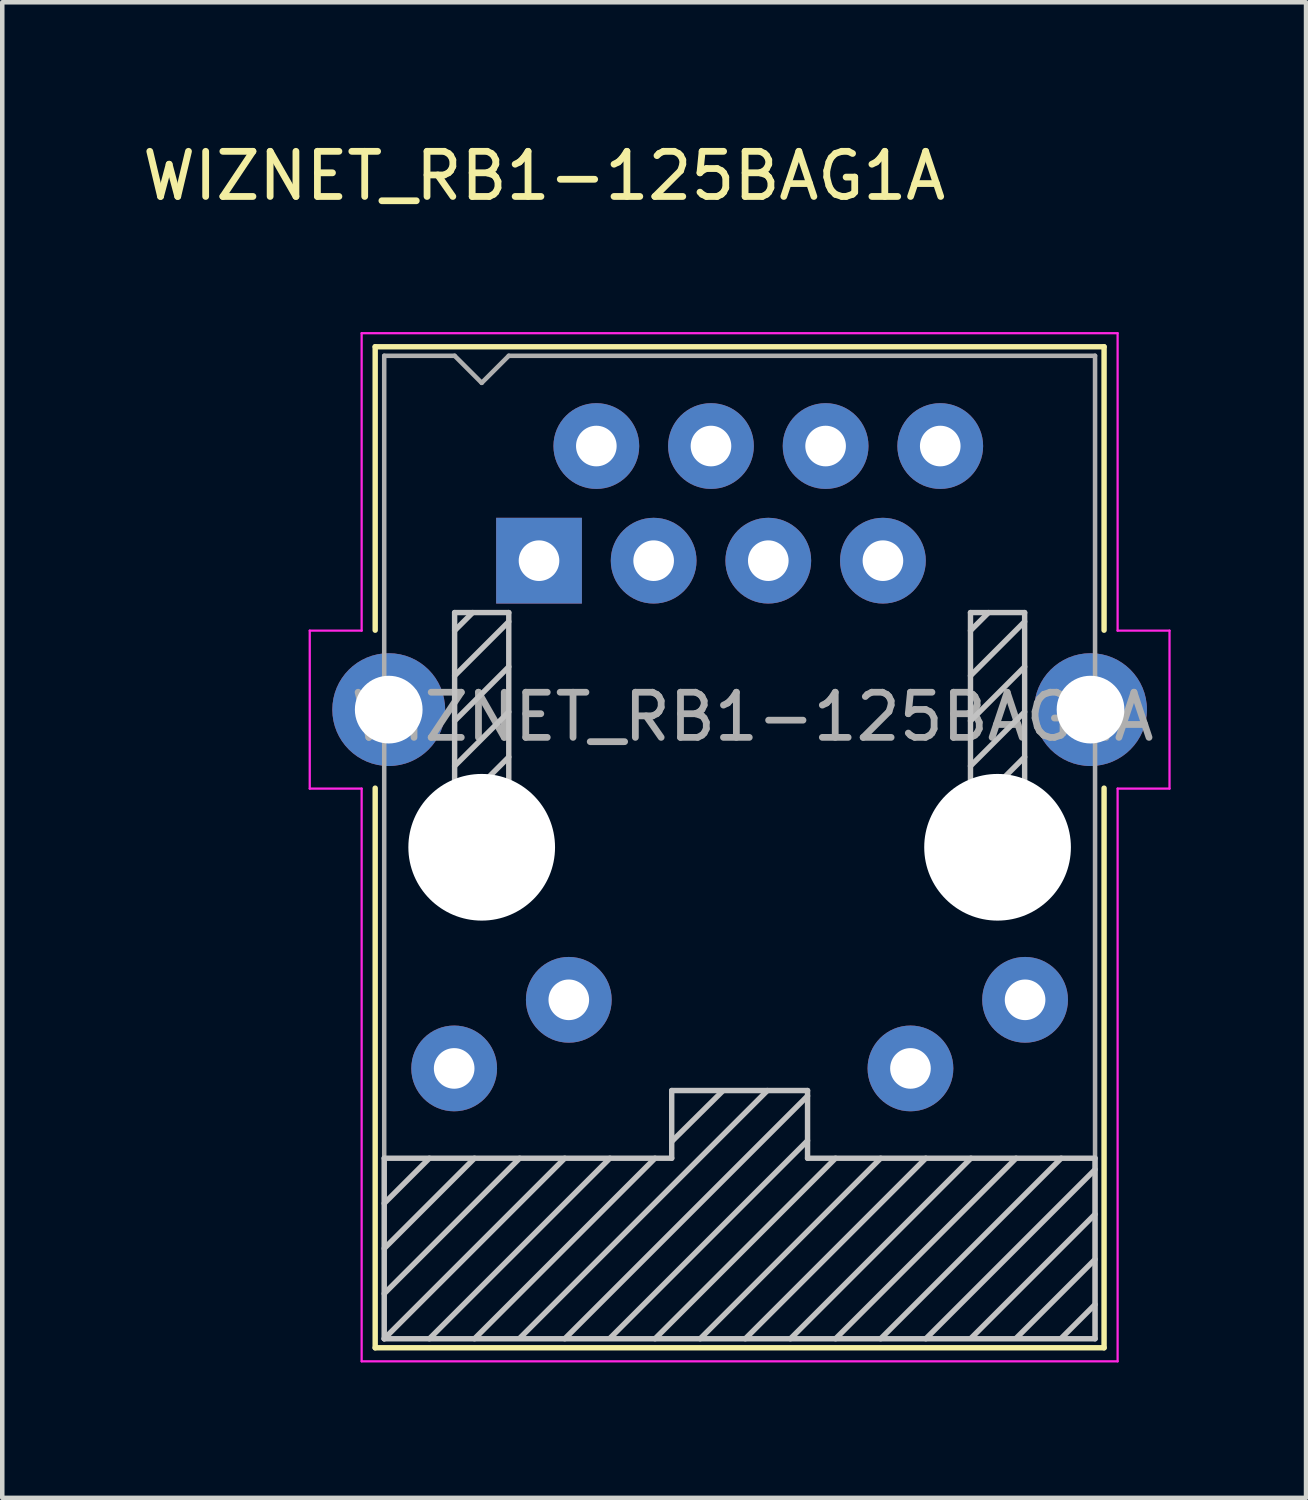
<source format=kicad_pcb>
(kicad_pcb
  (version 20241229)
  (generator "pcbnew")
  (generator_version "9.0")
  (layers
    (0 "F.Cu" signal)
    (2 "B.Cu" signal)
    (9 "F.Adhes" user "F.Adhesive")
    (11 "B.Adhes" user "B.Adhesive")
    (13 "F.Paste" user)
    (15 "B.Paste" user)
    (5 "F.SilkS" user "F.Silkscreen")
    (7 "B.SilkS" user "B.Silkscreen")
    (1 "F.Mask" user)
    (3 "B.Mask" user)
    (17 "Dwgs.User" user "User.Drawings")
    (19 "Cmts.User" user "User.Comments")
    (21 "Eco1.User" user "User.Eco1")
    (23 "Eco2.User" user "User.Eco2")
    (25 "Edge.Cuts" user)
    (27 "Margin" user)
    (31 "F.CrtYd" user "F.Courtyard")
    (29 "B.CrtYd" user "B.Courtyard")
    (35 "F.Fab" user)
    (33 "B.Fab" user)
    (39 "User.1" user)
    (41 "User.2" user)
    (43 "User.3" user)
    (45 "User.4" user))
  (footprint "WIZNET_RB1-125BAG1A"
    (layer "F.Cu")
    (at 13.453 12.723)
    (property "Reference" "WIZNET_RB1-125BAG1A" (at -4.446 -11.875 0) (layer "F.SilkS") (effects (font (size 1 1) (thickness 0.15))))
    (attr through_hole)
    (fp_line (start -8.19 -8.09) (end 7.96 -8.09) (stroke (width 0.12) (type solid)) (layer "F.SilkS"))
    (fp_line (start -8.19 -1.81) (end -8.19 -8.09) (stroke (width 0.12) (type solid)) (layer "F.SilkS"))
    (fp_line (start -8.19 14.09) (end -8.19 1.69) (stroke (width 0.12) (type solid)) (layer "F.SilkS"))
    (fp_line (start 7.96 -1.81) (end 7.96 -8.09) (stroke (width 0.12) (type solid)) (layer "F.SilkS"))
    (fp_line (start 7.96 14.09) (end -8.19 14.09) (stroke (width 0.12) (type solid)) (layer "F.SilkS"))
    (fp_line (start 7.96 14.09) (end 7.96 1.69) (stroke (width 0.12) (type solid)) (layer "F.SilkS"))
    (fp_line (start -7.99 9.89) (end -1.62 9.89) (stroke (width 0.12) (type solid)) (layer "Dwgs.User"))
    (fp_line (start -7.99 10.89) (end -6.99 9.89) (stroke (width 0.12) (type solid)) (layer "Dwgs.User"))
    (fp_line (start -7.99 11.89) (end -5.99 9.89) (stroke (width 0.12) (type solid)) (layer "Dwgs.User"))
    (fp_line (start -7.99 12.89) (end -4.99 9.89) (stroke (width 0.12) (type solid)) (layer "Dwgs.User"))
    (fp_line (start -7.99 13.89) (end -7.99 9.89) (stroke (width 0.12) (type solid)) (layer "Dwgs.User"))
    (fp_line (start -7.99 13.89) (end -3.99 9.89) (stroke (width 0.12) (type solid)) (layer "Dwgs.User"))
    (fp_line (start -6.99 13.89) (end -2.99 9.89) (stroke (width 0.12) (type solid)) (layer "Dwgs.User"))
    (fp_line (start -6.43 -2.2) (end -6.43 3.2) (stroke (width 0.12) (type solid)) (layer "Dwgs.User"))
    (fp_line (start -6.43 -1.8) (end -6.03 -2.2) (stroke (width 0.12) (type solid)) (layer "Dwgs.User"))
    (fp_line (start -6.43 -0.8) (end -5.23 -2) (stroke (width 0.12) (type solid)) (layer "Dwgs.User"))
    (fp_line (start -6.43 0.2) (end -5.23 -1) (stroke (width 0.12) (type solid)) (layer "Dwgs.User"))
    (fp_line (start -6.43 1.2) (end -5.23 0) (stroke (width 0.12) (type solid)) (layer "Dwgs.User"))
    (fp_line (start -6.43 2.2) (end -5.23 1) (stroke (width 0.12) (type solid)) (layer "Dwgs.User"))
    (fp_line (start -6.43 3.2) (end -5.23 2) (stroke (width 0.12) (type solid)) (layer "Dwgs.User"))
    (fp_line (start -6.43 3.2) (end -5.23 3.2) (stroke (width 0.12) (type solid)) (layer "Dwgs.User"))
    (fp_line (start -5.99 13.89) (end -1.99 9.89) (stroke (width 0.12) (type solid)) (layer "Dwgs.User"))
    (fp_line (start -5.23 -2.2) (end -6.43 -2.2) (stroke (width 0.12) (type solid)) (layer "Dwgs.User"))
    (fp_line (start -5.23 3.2) (end -5.23 -2.2) (stroke (width 0.12) (type solid)) (layer "Dwgs.User"))
    (fp_line (start -4.99 13.88) (end 0.5 8.39) (stroke (width 0.12) (type solid)) (layer "Dwgs.User"))
    (fp_line (start -3.99 13.89) (end 1.39 8.51) (stroke (width 0.12) (type solid)) (layer "Dwgs.User"))
    (fp_line (start -2.99 13.88) (end 1.39 9.5) (stroke (width 0.12) (type solid)) (layer "Dwgs.User"))
    (fp_line (start -1.99 13.89) (end 2.01 9.89) (stroke (width 0.12) (type solid)) (layer "Dwgs.User"))
    (fp_line (start -1.62 8.39) (end 1.39 8.39) (stroke (width 0.12) (type solid)) (layer "Dwgs.User"))
    (fp_line (start -1.62 9.52) (end -0.49 8.4) (stroke (width 0.12) (type solid)) (layer "Dwgs.User"))
    (fp_line (start -1.62 9.89) (end -1.62 8.39) (stroke (width 0.12) (type solid)) (layer "Dwgs.User"))
    (fp_line (start -0.99 13.89) (end 3.01 9.89) (stroke (width 0.12) (type solid)) (layer "Dwgs.User"))
    (fp_line (start 0.01 13.89) (end 4.01 9.89) (stroke (width 0.12) (type solid)) (layer "Dwgs.User"))
    (fp_line (start 1.01 13.89) (end 5.01 9.89) (stroke (width 0.12) (type solid)) (layer "Dwgs.User"))
    (fp_line (start 1.39 8.39) (end 1.39 9.89) (stroke (width 0.12) (type solid)) (layer "Dwgs.User"))
    (fp_line (start 1.39 9.89) (end 7.76 9.89) (stroke (width 0.12) (type solid)) (layer "Dwgs.User"))
    (fp_line (start 2.01 13.89) (end 6.01 9.89) (stroke (width 0.12) (type solid)) (layer "Dwgs.User"))
    (fp_line (start 3.01 13.89) (end 7.01 9.89) (stroke (width 0.12) (type solid)) (layer "Dwgs.User"))
    (fp_line (start 4.01 13.89) (end 7.76 10.14) (stroke (width 0.12) (type solid)) (layer "Dwgs.User"))
    (fp_line (start 5 -2.2) (end 5 3.2) (stroke (width 0.12) (type solid)) (layer "Dwgs.User"))
    (fp_line (start 5 -1.8) (end 5.4 -2.2) (stroke (width 0.12) (type solid)) (layer "Dwgs.User"))
    (fp_line (start 5 -0.8) (end 6.2 -2) (stroke (width 0.12) (type solid)) (layer "Dwgs.User"))
    (fp_line (start 5 0.2) (end 6.2 -1) (stroke (width 0.12) (type solid)) (layer "Dwgs.User"))
    (fp_line (start 5 1.2) (end 6.2 0) (stroke (width 0.12) (type solid)) (layer "Dwgs.User"))
    (fp_line (start 5 2.2) (end 6.2 1) (stroke (width 0.12) (type solid)) (layer "Dwgs.User"))
    (fp_line (start 5 3.2) (end 6.2 2) (stroke (width 0.12) (type solid)) (layer "Dwgs.User"))
    (fp_line (start 5 3.2) (end 6.2 3.2) (stroke (width 0.12) (type solid)) (layer "Dwgs.User"))
    (fp_line (start 5.01 13.88) (end 7.76 11.13) (stroke (width 0.12) (type solid)) (layer "Dwgs.User"))
    (fp_line (start 6.01 13.88) (end 7.76 12.13) (stroke (width 0.12) (type solid)) (layer "Dwgs.User"))
    (fp_line (start 6.2 -2.2) (end 5 -2.2) (stroke (width 0.12) (type solid)) (layer "Dwgs.User"))
    (fp_line (start 6.2 3.2) (end 6.2 -2.2) (stroke (width 0.12) (type solid)) (layer "Dwgs.User"))
    (fp_line (start 7.01 13.88) (end 7.76 13.13) (stroke (width 0.12) (type solid)) (layer "Dwgs.User"))
    (fp_line (start 7.76 9.89) (end 7.76 13.89) (stroke (width 0.12) (type solid)) (layer "Dwgs.User"))
    (fp_line (start 7.76 13.89) (end -7.99 13.89) (stroke (width 0.12) (type solid)) (layer "Dwgs.User"))
    (fp_line (start -9.64 -1.8) (end -9.64 1.7) (stroke (width 0.05) (type solid)) (layer "F.CrtYd"))
    (fp_line (start -9.64 1.7) (end -8.49 1.7) (stroke (width 0.05) (type solid)) (layer "F.CrtYd"))
    (fp_line (start -8.49 -8.39) (end 8.26 -8.39) (stroke (width 0.05) (type solid)) (layer "F.CrtYd"))
    (fp_line (start -8.49 -1.8) (end -9.64 -1.8) (stroke (width 0.05) (type solid)) (layer "F.CrtYd"))
    (fp_line (start -8.49 -1.8) (end -8.49 -8.39) (stroke (width 0.05) (type solid)) (layer "F.CrtYd"))
    (fp_line (start -8.49 1.7) (end -8.49 14.39) (stroke (width 0.05) (type solid)) (layer "F.CrtYd"))
    (fp_line (start 8.26 -8.39) (end 8.26 -1.8) (stroke (width 0.05) (type solid)) (layer "F.CrtYd"))
    (fp_line (start 8.26 -1.8) (end 9.41 -1.8) (stroke (width 0.05) (type solid)) (layer "F.CrtYd"))
    (fp_line (start 8.26 1.7) (end 8.26 14.39) (stroke (width 0.05) (type solid)) (layer "F.CrtYd"))
    (fp_line (start 8.26 14.39) (end -8.49 14.39) (stroke (width 0.05) (type solid)) (layer "F.CrtYd"))
    (fp_line (start 9.41 -1.8) (end 9.41 1.7) (stroke (width 0.05) (type solid)) (layer "F.CrtYd"))
    (fp_line (start 9.41 1.7) (end 8.26 1.7) (stroke (width 0.05) (type solid)) (layer "F.CrtYd"))
    (fp_line (start -7.99 13.89) (end -7.99 -7.89) (stroke (width 0.1) (type solid)) (layer "F.Fab"))
    (fp_line (start -6.43 -7.89) (end -7.99 -7.89) (stroke (width 0.1) (type solid)) (layer "F.Fab"))
    (fp_line (start -5.83 -7.29) (end -6.43 -7.89) (stroke (width 0.1) (type solid)) (layer "F.Fab"))
    (fp_line (start -5.83 -7.29) (end -5.23 -7.89) (stroke (width 0.1) (type solid)) (layer "F.Fab"))
    (fp_line (start -5.23 -7.89) (end 7.76 -7.89) (stroke (width 0.1) (type solid)) (layer "F.Fab"))
    (fp_line (start 7.76 -7.89) (end 7.76 13.89) (stroke (width 0.1) (type solid)) (layer "F.Fab"))
    (fp_line (start 7.76 13.89) (end -7.99 13.89) (stroke (width 0.1) (type solid)) (layer "F.Fab"))
    (fp_text user "${REFERENCE}" (at 0.17 0.11 0) (layer "F.Fab") (effects (font (size 1 1) (thickness 0.15))))
    (pad "" np_thru_hole circle (at -5.83 3) (size 3.25 3.25) (drill 3.25) (layers "*.Cu" "*.Mask"))
    (pad "" np_thru_hole circle (at 5.6 3) (size 3.25 3.25) (drill 3.25) (layers "*.Cu" "*.Mask"))
    (pad "L1" thru_hole circle (at 6.21 6.38) (size 1.9 1.9) (drill 0.9) (layers "*.Cu" "*.Mask"))
    (pad "L2" thru_hole circle (at 3.67 7.9) (size 1.9 1.9) (drill 0.9) (layers "*.Cu" "*.Mask"))
    (pad "L3" thru_hole circle (at -3.9 6.38) (size 1.9 1.9) (drill 0.9) (layers "*.Cu" "*.Mask"))
    (pad "L4" thru_hole circle (at -6.44 7.9) (size 1.9 1.9) (drill 0.9) (layers "*.Cu" "*.Mask"))
    (pad "R1" thru_hole rect (at -4.56 -3.35) (size 1.9 1.9) (drill 0.9) (layers "*.Cu" "*.Mask"))
    (pad "R2" thru_hole circle (at -3.29 -5.89) (size 1.9 1.9) (drill 0.9) (layers "*.Cu" "*.Mask"))
    (pad "R3" thru_hole circle (at -2.02 -3.35) (size 1.9 1.9) (drill 0.9) (layers "*.Cu" "*.Mask"))
    (pad "R4" thru_hole circle (at -0.75 -5.89) (size 1.9 1.9) (drill 0.9) (layers "*.Cu" "*.Mask"))
    (pad "R5" thru_hole circle (at 0.52 -3.35) (size 1.9 1.9) (drill 0.9) (layers "*.Cu" "*.Mask"))
    (pad "R6" thru_hole circle (at 1.79 -5.89) (size 1.9 1.9) (drill 0.9) (layers "*.Cu" "*.Mask"))
    (pad "R7" thru_hole circle (at 3.06 -3.35) (size 1.9 1.9) (drill 0.9) (layers "*.Cu" "*.Mask"))
    (pad "R8" thru_hole circle (at 4.33 -5.89) (size 1.9 1.9) (drill 0.9) (layers "*.Cu" "*.Mask"))
    (pad "SH" thru_hole circle (at -7.89 -0.05) (size 2.5 2.5) (drill 1.5) (layers "*.Cu" "*.Mask"))
    (pad "SH" thru_hole circle (at 7.66 -0.05) (size 2.5 2.5) (drill 1.5) (layers "*.Cu" "*.Mask")))
  (gr_rect
    (start -3 -3)
    (end 25.888 30.138)
    (stroke (width 0.1) (type default))
    (fill no)
    (layer "Edge.Cuts")))
</source>
